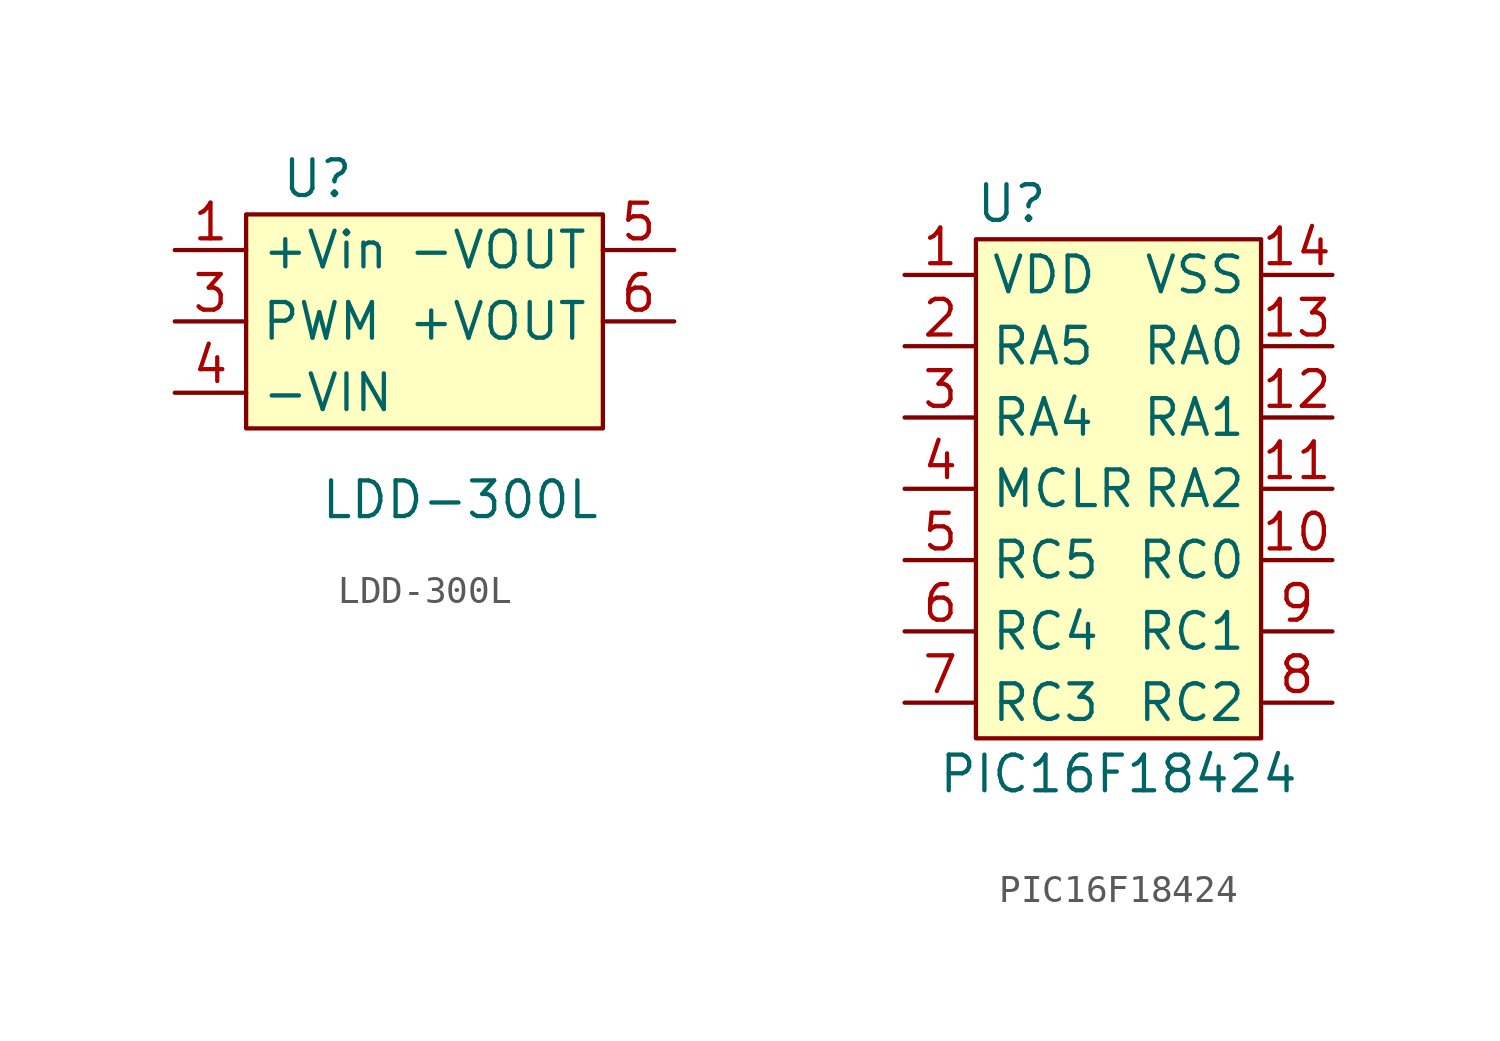
<source format=kicad_sym>
(kicad_symbol_lib
  (version 20211014)
  (generator kicad_symbol_editor)
  (symbol "LDD-300L"
    (property "Reference" "U"
      (at 1.27 -1.27 0)
      (effects (font (size 1.27 1.27))))
    (property "Value" "LDD-300L"
      (at 6.35 -12.7 0)
      (effects (font (size 1.27 1.27))))
    (symbol "LDD-300L_0_1"
      (rectangle (start -1.27 -2.54) (end 11.43 -10.16) (stroke (width 0) (type default) (color 0 0 0 0)) (fill (type background))))
    (symbol "LDD-300L_1_1"
      (pin input line (at -3.81 -3.81 0) (length 2.54) (name "+Vin" (effects (font (size 1.27 1.27)))) (number "1" (effects (font (size 1.27 1.27)))))
      (pin input line (at -3.81 -6.35 0) (length 2.54) (name "PWM" (effects (font (size 1.27 1.27)))) (number "3" (effects (font (size 1.27 1.27)))))
      (pin input line (at -3.81 -8.89 0) (length 2.54) (name "-VIN" (effects (font (size 1.27 1.27)))) (number "4" (effects (font (size 1.27 1.27)))))
      (pin input line (at 13.97 -3.81 180) (length 2.54) (name "-VOUT" (effects (font (size 1.27 1.27)))) (number "5" (effects (font (size 1.27 1.27)))))
      (pin input line (at 13.97 -6.35 180) (length 2.54) (name "+VOUT" (effects (font (size 1.27 1.27)))) (number "6" (effects (font (size 1.27 1.27)))))))
  (symbol "PIC16F18424"
    (property "Reference" "U"
      (at -3.81 0 0)
      (effects (font (size 1.27 1.27))))
    (property "Value" "PIC16F18424"
      (at 0 -20.32 0)
      (effects (font (size 1.27 1.27))))
    (symbol "PIC16F18424_0_1"
      (rectangle (start -5.08 -1.27) (end 5.08 -19.05) (stroke (width 0) (type default) (color 0 0 0 0)) (fill (type background))))
    (symbol "PIC16F18424_1_1"
      (pin input line (at -7.62 -2.54 0) (length 2.54) (name "VDD" (effects (font (size 1.27 1.27)))) (number "1" (effects (font (size 1.27 1.27)))))
      (pin input line (at 7.62 -12.7 180) (length 2.54) (name "RC0" (effects (font (size 1.27 1.27)))) (number "10" (effects (font (size 1.27 1.27)))))
      (pin input line (at 7.62 -10.16 180) (length 2.54) (name "RA2" (effects (font (size 1.27 1.27)))) (number "11" (effects (font (size 1.27 1.27)))))
      (pin input line (at 7.62 -7.62 180) (length 2.54) (name "RA1" (effects (font (size 1.27 1.27)))) (number "12" (effects (font (size 1.27 1.27)))))
      (pin input line (at 7.62 -5.08 180) (length 2.54) (name "RA0" (effects (font (size 1.27 1.27)))) (number "13" (effects (font (size 1.27 1.27)))))
      (pin input line (at 7.62 -2.54 180) (length 2.54) (name "VSS" (effects (font (size 1.27 1.27)))) (number "14" (effects (font (size 1.27 1.27)))))
      (pin input line (at -7.62 -5.08 0) (length 2.54) (name "RA5" (effects (font (size 1.27 1.27)))) (number "2" (effects (font (size 1.27 1.27)))))
      (pin input line (at -7.62 -7.62 0) (length 2.54) (name "RA4" (effects (font (size 1.27 1.27)))) (number "3" (effects (font (size 1.27 1.27)))))
      (pin input line (at -7.62 -10.16 0) (length 2.54) (name "MCLR" (effects (font (size 1.27 1.27)))) (number "4" (effects (font (size 1.27 1.27)))))
      (pin input line (at -7.62 -12.7 0) (length 2.54) (name "RC5" (effects (font (size 1.27 1.27)))) (number "5" (effects (font (size 1.27 1.27)))))
      (pin input line (at -7.62 -15.24 0) (length 2.54) (name "RC4" (effects (font (size 1.27 1.27)))) (number "6" (effects (font (size 1.27 1.27)))))
      (pin input line (at -7.62 -17.78 0) (length 2.54) (name "RC3" (effects (font (size 1.27 1.27)))) (number "7" (effects (font (size 1.27 1.27)))))
      (pin input line (at 7.62 -17.78 180) (length 2.54) (name "RC2" (effects (font (size 1.27 1.27)))) (number "8" (effects (font (size 1.27 1.27)))))
      (pin input line (at 7.62 -15.24 180) (length 2.54) (name "RC1" (effects (font (size 1.27 1.27)))) (number "9" (effects (font (size 1.27 1.27))))))))
</source>
